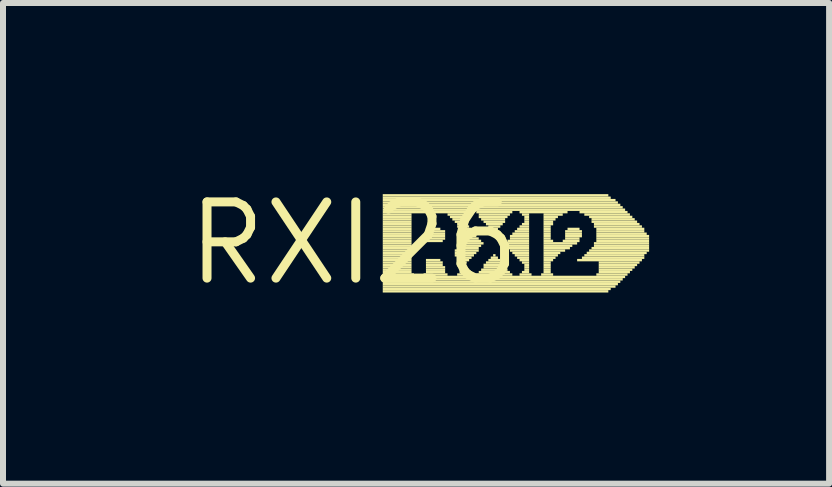
<source format=kicad_pcb>
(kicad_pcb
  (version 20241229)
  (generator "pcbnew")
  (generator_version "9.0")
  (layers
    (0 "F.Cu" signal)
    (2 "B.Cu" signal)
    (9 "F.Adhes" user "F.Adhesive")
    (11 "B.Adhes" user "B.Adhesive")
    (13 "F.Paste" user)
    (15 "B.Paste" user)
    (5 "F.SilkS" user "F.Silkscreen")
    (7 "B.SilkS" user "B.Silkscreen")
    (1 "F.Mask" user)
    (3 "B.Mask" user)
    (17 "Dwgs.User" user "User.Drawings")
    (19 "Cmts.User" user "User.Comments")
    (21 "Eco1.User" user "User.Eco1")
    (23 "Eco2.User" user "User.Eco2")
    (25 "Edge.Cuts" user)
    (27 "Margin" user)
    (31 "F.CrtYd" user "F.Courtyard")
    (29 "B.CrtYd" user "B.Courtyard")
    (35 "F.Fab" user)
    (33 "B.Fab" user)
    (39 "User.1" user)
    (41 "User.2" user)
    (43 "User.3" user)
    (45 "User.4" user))
  (footprint "RXI26"
    (layer "F.Cu")
    (at 2.85 1.006)
    (property "Reference" "RXI26" (at 0 0 0) (layer "F.SilkS") (effects (font (size 1.27 1.27) (thickness 0.15))))
    (fp_poly (pts (xy 0.48 -0.78) (xy 4.24 -0.78) (xy 4.24 -0.82) (xy 0.48 -0.82)) (stroke (width 0) (type solid)) (fill yes) (layer "F.SilkS"))
    (fp_poly (pts (xy 0.48 -0.74) (xy 4.28 -0.74) (xy 4.28 -0.78) (xy 0.48 -0.78)) (stroke (width 0) (type solid)) (fill yes) (layer "F.SilkS"))
    (fp_poly (pts (xy 0.48 -0.7) (xy 4.36 -0.7) (xy 4.36 -0.74) (xy 0.48 -0.74)) (stroke (width 0) (type solid)) (fill yes) (layer "F.SilkS"))
    (fp_poly (pts (xy 0.48 -0.66) (xy 4.4 -0.66) (xy 4.4 -0.7) (xy 0.48 -0.7)) (stroke (width 0) (type solid)) (fill yes) (layer "F.SilkS"))
    (fp_poly (pts (xy 0.48 -0.62) (xy 4.44 -0.62) (xy 4.44 -0.66) (xy 0.48 -0.66)) (stroke (width 0) (type solid)) (fill yes) (layer "F.SilkS"))
    (fp_poly (pts (xy 0.48 -0.58) (xy 4.48 -0.58) (xy 4.48 -0.62) (xy 0.48 -0.62)) (stroke (width 0) (type solid)) (fill yes) (layer "F.SilkS"))
    (fp_poly (pts (xy 0.48 -0.54) (xy 4.52 -0.54) (xy 4.52 -0.58) (xy 0.48 -0.58)) (stroke (width 0) (type solid)) (fill yes) (layer "F.SilkS"))
    (fp_poly (pts (xy 0.48 -0.5) (xy 1.92 -0.5) (xy 1.92 -0.54) (xy 0.48 -0.54)) (stroke (width 0) (type solid)) (fill yes) (layer "F.SilkS"))
    (fp_poly (pts (xy 0.48 -0.46) (xy 0.96 -0.46) (xy 0.96 -0.5) (xy 0.48 -0.5)) (stroke (width 0) (type solid)) (fill yes) (layer "F.SilkS"))
    (fp_poly (pts (xy 0.48 -0.42) (xy 0.96 -0.42) (xy 0.96 -0.46) (xy 0.48 -0.46)) (stroke (width 0) (type solid)) (fill yes) (layer "F.SilkS"))
    (fp_poly (pts (xy 0.48 -0.38) (xy 0.96 -0.38) (xy 0.96 -0.42) (xy 0.48 -0.42)) (stroke (width 0) (type solid)) (fill yes) (layer "F.SilkS"))
    (fp_poly (pts (xy 0.48 -0.34) (xy 0.96 -0.34) (xy 0.96 -0.38) (xy 0.48 -0.38)) (stroke (width 0) (type solid)) (fill yes) (layer "F.SilkS"))
    (fp_poly (pts (xy 0.48 -0.3) (xy 0.96 -0.3) (xy 0.96 -0.34) (xy 0.48 -0.34)) (stroke (width 0) (type solid)) (fill yes) (layer "F.SilkS"))
    (fp_poly (pts (xy 0.48 -0.26) (xy 0.96 -0.26) (xy 0.96 -0.3) (xy 0.48 -0.3)) (stroke (width 0) (type solid)) (fill yes) (layer "F.SilkS"))
    (fp_poly (pts (xy 0.48 -0.22) (xy 0.96 -0.22) (xy 0.96 -0.26) (xy 0.48 -0.26)) (stroke (width 0) (type solid)) (fill yes) (layer "F.SilkS"))
    (fp_poly (pts (xy 0.48 -0.18) (xy 0.96 -0.18) (xy 0.96 -0.22) (xy 0.48 -0.22)) (stroke (width 0) (type solid)) (fill yes) (layer "F.SilkS"))
    (fp_poly (pts (xy 0.48 -0.14) (xy 0.96 -0.14) (xy 0.96 -0.18) (xy 0.48 -0.18)) (stroke (width 0) (type solid)) (fill yes) (layer "F.SilkS"))
    (fp_poly (pts (xy 0.48 -0.1) (xy 0.96 -0.1) (xy 0.96 -0.14) (xy 0.48 -0.14)) (stroke (width 0) (type solid)) (fill yes) (layer "F.SilkS"))
    (fp_poly (pts (xy 0.48 -0.06) (xy 0.96 -0.06) (xy 0.96 -0.1) (xy 0.48 -0.1)) (stroke (width 0) (type solid)) (fill yes) (layer "F.SilkS"))
    (fp_poly (pts (xy 0.48 -0.02) (xy 0.96 -0.02) (xy 0.96 -0.06) (xy 0.48 -0.06)) (stroke (width 0) (type solid)) (fill yes) (layer "F.SilkS"))
    (fp_poly (pts (xy 0.48 0.02) (xy 0.96 0.02) (xy 0.96 -0.02) (xy 0.48 -0.02)) (stroke (width 0) (type solid)) (fill yes) (layer "F.SilkS"))
    (fp_poly (pts (xy 0.48 0.06) (xy 0.96 0.06) (xy 0.96 0.02) (xy 0.48 0.02)) (stroke (width 0) (type solid)) (fill yes) (layer "F.SilkS"))
    (fp_poly (pts (xy 0.48 0.1) (xy 0.96 0.1) (xy 0.96 0.06) (xy 0.48 0.06)) (stroke (width 0) (type solid)) (fill yes) (layer "F.SilkS"))
    (fp_poly (pts (xy 0.48 0.14) (xy 0.96 0.14) (xy 0.96 0.1) (xy 0.48 0.1)) (stroke (width 0) (type solid)) (fill yes) (layer "F.SilkS"))
    (fp_poly (pts (xy 0.48 0.18) (xy 0.96 0.18) (xy 0.96 0.14) (xy 0.48 0.14)) (stroke (width 0) (type solid)) (fill yes) (layer "F.SilkS"))
    (fp_poly (pts (xy 0.48 0.22) (xy 0.96 0.22) (xy 0.96 0.18) (xy 0.48 0.18)) (stroke (width 0) (type solid)) (fill yes) (layer "F.SilkS"))
    (fp_poly (pts (xy 0.48 0.26) (xy 0.96 0.26) (xy 0.96 0.22) (xy 0.48 0.22)) (stroke (width 0) (type solid)) (fill yes) (layer "F.SilkS"))
    (fp_poly (pts (xy 0.48 0.3) (xy 0.96 0.3) (xy 0.96 0.26) (xy 0.48 0.26)) (stroke (width 0) (type solid)) (fill yes) (layer "F.SilkS"))
    (fp_poly (pts (xy 0.48 0.34) (xy 0.96 0.34) (xy 0.96 0.3) (xy 0.48 0.3)) (stroke (width 0) (type solid)) (fill yes) (layer "F.SilkS"))
    (fp_poly (pts (xy 0.48 0.38) (xy 0.96 0.38) (xy 0.96 0.34) (xy 0.48 0.34)) (stroke (width 0) (type solid)) (fill yes) (layer "F.SilkS"))
    (fp_poly (pts (xy 0.48 0.42) (xy 0.96 0.42) (xy 0.96 0.38) (xy 0.48 0.38)) (stroke (width 0) (type solid)) (fill yes) (layer "F.SilkS"))
    (fp_poly (pts (xy 0.48 0.46) (xy 0.96 0.46) (xy 0.96 0.42) (xy 0.48 0.42)) (stroke (width 0) (type solid)) (fill yes) (layer "F.SilkS"))
    (fp_poly (pts (xy 0.48 0.5) (xy 0.96 0.5) (xy 0.96 0.46) (xy 0.48 0.46)) (stroke (width 0) (type solid)) (fill yes) (layer "F.SilkS"))
    (fp_poly (pts (xy 0.48 0.54) (xy 1 0.54) (xy 1 0.5) (xy 0.48 0.5)) (stroke (width 0) (type solid)) (fill yes) (layer "F.SilkS"))
    (fp_poly (pts (xy 0.48 0.58) (xy 4.52 0.58) (xy 4.52 0.54) (xy 0.48 0.54)) (stroke (width 0) (type solid)) (fill yes) (layer "F.SilkS"))
    (fp_poly (pts (xy 0.48 0.62) (xy 4.48 0.62) (xy 4.48 0.58) (xy 0.48 0.58)) (stroke (width 0) (type solid)) (fill yes) (layer "F.SilkS"))
    (fp_poly (pts (xy 0.48 0.66) (xy 4.44 0.66) (xy 4.44 0.62) (xy 0.48 0.62)) (stroke (width 0) (type solid)) (fill yes) (layer "F.SilkS"))
    (fp_poly (pts (xy 0.48 0.7) (xy 4.4 0.7) (xy 4.4 0.66) (xy 0.48 0.66)) (stroke (width 0) (type solid)) (fill yes) (layer "F.SilkS"))
    (fp_poly (pts (xy 0.48 0.74) (xy 4.36 0.74) (xy 4.36 0.7) (xy 0.48 0.7)) (stroke (width 0) (type solid)) (fill yes) (layer "F.SilkS"))
    (fp_poly (pts (xy 0.48 0.78) (xy 4.28 0.78) (xy 4.28 0.74) (xy 0.48 0.74)) (stroke (width 0) (type solid)) (fill yes) (layer "F.SilkS"))
    (fp_poly (pts (xy 0.48 0.82) (xy 4.24 0.82) (xy 4.24 0.78) (xy 0.48 0.78)) (stroke (width 0) (type solid)) (fill yes) (layer "F.SilkS"))
    (fp_poly (pts (xy 1.16 0.54) (xy 1.56 0.54) (xy 1.56 0.5) (xy 1.16 0.5)) (stroke (width 0) (type solid)) (fill yes) (layer "F.SilkS"))
    (fp_poly (pts (xy 1.2 -0.22) (xy 1.44 -0.22) (xy 1.44 -0.26) (xy 1.2 -0.26)) (stroke (width 0) (type solid)) (fill yes) (layer "F.SilkS"))
    (fp_poly (pts (xy 1.2 -0.18) (xy 1.52 -0.18) (xy 1.52 -0.22) (xy 1.2 -0.22)) (stroke (width 0) (type solid)) (fill yes) (layer "F.SilkS"))
    (fp_poly (pts (xy 1.2 -0.14) (xy 1.52 -0.14) (xy 1.52 -0.18) (xy 1.2 -0.18)) (stroke (width 0) (type solid)) (fill yes) (layer "F.SilkS"))
    (fp_poly (pts (xy 1.2 -0.1) (xy 1.52 -0.1) (xy 1.52 -0.14) (xy 1.2 -0.14)) (stroke (width 0) (type solid)) (fill yes) (layer "F.SilkS"))
    (fp_poly (pts (xy 1.2 -0.06) (xy 1.52 -0.06) (xy 1.52 -0.1) (xy 1.2 -0.1)) (stroke (width 0) (type solid)) (fill yes) (layer "F.SilkS"))
    (fp_poly (pts (xy 1.2 -0.02) (xy 1.48 -0.02) (xy 1.48 -0.06) (xy 1.2 -0.06)) (stroke (width 0) (type solid)) (fill yes) (layer "F.SilkS"))
    (fp_poly (pts (xy 1.2 0.3) (xy 1.44 0.3) (xy 1.44 0.26) (xy 1.2 0.26)) (stroke (width 0) (type solid)) (fill yes) (layer "F.SilkS"))
    (fp_poly (pts (xy 1.2 0.34) (xy 1.48 0.34) (xy 1.48 0.3) (xy 1.2 0.3)) (stroke (width 0) (type solid)) (fill yes) (layer "F.SilkS"))
    (fp_poly (pts (xy 1.2 0.38) (xy 1.48 0.38) (xy 1.48 0.34) (xy 1.2 0.34)) (stroke (width 0) (type solid)) (fill yes) (layer "F.SilkS"))
    (fp_poly (pts (xy 1.2 0.42) (xy 1.52 0.42) (xy 1.52 0.38) (xy 1.2 0.38)) (stroke (width 0) (type solid)) (fill yes) (layer "F.SilkS"))
    (fp_poly (pts (xy 1.2 0.46) (xy 1.52 0.46) (xy 1.52 0.42) (xy 1.2 0.42)) (stroke (width 0) (type solid)) (fill yes) (layer "F.SilkS"))
    (fp_poly (pts (xy 1.2 0.5) (xy 1.52 0.5) (xy 1.52 0.46) (xy 1.2 0.46)) (stroke (width 0) (type solid)) (fill yes) (layer "F.SilkS"))
    (fp_poly (pts (xy 1.56 -0.46) (xy 1.88 -0.46) (xy 1.88 -0.5) (xy 1.56 -0.5)) (stroke (width 0) (type solid)) (fill yes) (layer "F.SilkS"))
    (fp_poly (pts (xy 1.6 -0.42) (xy 1.84 -0.42) (xy 1.84 -0.46) (xy 1.6 -0.46)) (stroke (width 0) (type solid)) (fill yes) (layer "F.SilkS"))
    (fp_poly (pts (xy 1.64 -0.38) (xy 1.84 -0.38) (xy 1.84 -0.42) (xy 1.64 -0.42)) (stroke (width 0) (type solid)) (fill yes) (layer "F.SilkS"))
    (fp_poly (pts (xy 1.68 -0.34) (xy 1.84 -0.34) (xy 1.84 -0.38) (xy 1.68 -0.38)) (stroke (width 0) (type solid)) (fill yes) (layer "F.SilkS"))
    (fp_poly (pts (xy 1.68 0.14) (xy 2.08 0.14) (xy 2.08 0.1) (xy 1.68 0.1)) (stroke (width 0) (type solid)) (fill yes) (layer "F.SilkS"))
    (fp_poly (pts (xy 1.68 0.18) (xy 2.04 0.18) (xy 2.04 0.14) (xy 1.68 0.14)) (stroke (width 0) (type solid)) (fill yes) (layer "F.SilkS"))
    (fp_poly (pts (xy 1.68 0.22) (xy 2 0.22) (xy 2 0.18) (xy 1.68 0.18)) (stroke (width 0) (type solid)) (fill yes) (layer "F.SilkS"))
    (fp_poly (pts (xy 1.72 -0.3) (xy 1.88 -0.3) (xy 1.88 -0.34) (xy 1.72 -0.34)) (stroke (width 0) (type solid)) (fill yes) (layer "F.SilkS"))
    (fp_poly (pts (xy 1.72 -0.26) (xy 1.92 -0.26) (xy 1.92 -0.3) (xy 1.72 -0.3)) (stroke (width 0) (type solid)) (fill yes) (layer "F.SilkS"))
    (fp_poly (pts (xy 1.72 0.06) (xy 2.12 0.06) (xy 2.12 0.02) (xy 1.72 0.02)) (stroke (width 0) (type solid)) (fill yes) (layer "F.SilkS"))
    (fp_poly (pts (xy 1.72 0.1) (xy 2.08 0.1) (xy 2.08 0.06) (xy 1.72 0.06)) (stroke (width 0) (type solid)) (fill yes) (layer "F.SilkS"))
    (fp_poly (pts (xy 1.72 0.26) (xy 1.96 0.26) (xy 1.96 0.22) (xy 1.72 0.22)) (stroke (width 0) (type solid)) (fill yes) (layer "F.SilkS"))
    (fp_poly (pts (xy 1.72 0.3) (xy 1.92 0.3) (xy 1.92 0.26) (xy 1.72 0.26)) (stroke (width 0) (type solid)) (fill yes) (layer "F.SilkS"))
    (fp_poly (pts (xy 1.72 0.34) (xy 1.88 0.34) (xy 1.88 0.3) (xy 1.72 0.3)) (stroke (width 0) (type solid)) (fill yes) (layer "F.SilkS"))
    (fp_poly (pts (xy 1.72 0.54) (xy 1.92 0.54) (xy 1.92 0.5) (xy 1.72 0.5)) (stroke (width 0) (type solid)) (fill yes) (layer "F.SilkS"))
    (fp_poly (pts (xy 1.76 -0.22) (xy 1.96 -0.22) (xy 1.96 -0.26) (xy 1.76 -0.26)) (stroke (width 0) (type solid)) (fill yes) (layer "F.SilkS"))
    (fp_poly (pts (xy 1.76 -0.18) (xy 1.96 -0.18) (xy 1.96 -0.22) (xy 1.76 -0.22)) (stroke (width 0) (type solid)) (fill yes) (layer "F.SilkS"))
    (fp_poly (pts (xy 1.76 -0.14) (xy 2 -0.14) (xy 2 -0.18) (xy 1.76 -0.18)) (stroke (width 0) (type solid)) (fill yes) (layer "F.SilkS"))
    (fp_poly (pts (xy 1.76 -0.1) (xy 2.04 -0.1) (xy 2.04 -0.14) (xy 1.76 -0.14)) (stroke (width 0) (type solid)) (fill yes) (layer "F.SilkS"))
    (fp_poly (pts (xy 1.76 -0.06) (xy 2.08 -0.06) (xy 2.08 -0.1) (xy 1.76 -0.1)) (stroke (width 0) (type solid)) (fill yes) (layer "F.SilkS"))
    (fp_poly (pts (xy 1.76 -0.02) (xy 2.12 -0.02) (xy 2.12 -0.06) (xy 1.76 -0.06)) (stroke (width 0) (type solid)) (fill yes) (layer "F.SilkS"))
    (fp_poly (pts (xy 1.76 0.02) (xy 2.16 0.02) (xy 2.16 -0.02) (xy 1.76 -0.02)) (stroke (width 0) (type solid)) (fill yes) (layer "F.SilkS"))
    (fp_poly (pts (xy 1.76 0.38) (xy 1.84 0.38) (xy 1.84 0.34) (xy 1.76 0.34)) (stroke (width 0) (type solid)) (fill yes) (layer "F.SilkS"))
    (fp_poly (pts (xy 1.76 0.42) (xy 1.84 0.42) (xy 1.84 0.38) (xy 1.76 0.38)) (stroke (width 0) (type solid)) (fill yes) (layer "F.SilkS"))
    (fp_poly (pts (xy 1.76 0.46) (xy 1.84 0.46) (xy 1.84 0.42) (xy 1.76 0.42)) (stroke (width 0) (type solid)) (fill yes) (layer "F.SilkS"))
    (fp_poly (pts (xy 1.76 0.5) (xy 1.84 0.5) (xy 1.84 0.46) (xy 1.76 0.46)) (stroke (width 0) (type solid)) (fill yes) (layer "F.SilkS"))
    (fp_poly (pts (xy 2.04 -0.5) (xy 2.64 -0.5) (xy 2.64 -0.54) (xy 2.04 -0.54)) (stroke (width 0) (type solid)) (fill yes) (layer "F.SilkS"))
    (fp_poly (pts (xy 2.04 0.54) (xy 2.64 0.54) (xy 2.64 0.5) (xy 2.04 0.5)) (stroke (width 0) (type solid)) (fill yes) (layer "F.SilkS"))
    (fp_poly (pts (xy 2.08 -0.46) (xy 2.6 -0.46) (xy 2.6 -0.5) (xy 2.08 -0.5)) (stroke (width 0) (type solid)) (fill yes) (layer "F.SilkS"))
    (fp_poly (pts (xy 2.08 -0.42) (xy 2.56 -0.42) (xy 2.56 -0.46) (xy 2.08 -0.46)) (stroke (width 0) (type solid)) (fill yes) (layer "F.SilkS"))
    (fp_poly (pts (xy 2.08 0.5) (xy 2.6 0.5) (xy 2.6 0.46) (xy 2.08 0.46)) (stroke (width 0) (type solid)) (fill yes) (layer "F.SilkS"))
    (fp_poly (pts (xy 2.12 -0.38) (xy 2.52 -0.38) (xy 2.52 -0.42) (xy 2.12 -0.42)) (stroke (width 0) (type solid)) (fill yes) (layer "F.SilkS"))
    (fp_poly (pts (xy 2.12 0.46) (xy 2.56 0.46) (xy 2.56 0.42) (xy 2.12 0.42)) (stroke (width 0) (type solid)) (fill yes) (layer "F.SilkS"))
    (fp_poly (pts (xy 2.16 -0.34) (xy 2.52 -0.34) (xy 2.52 -0.38) (xy 2.16 -0.38)) (stroke (width 0) (type solid)) (fill yes) (layer "F.SilkS"))
    (fp_poly (pts (xy 2.16 0.38) (xy 2.48 0.38) (xy 2.48 0.34) (xy 2.16 0.34)) (stroke (width 0) (type solid)) (fill yes) (layer "F.SilkS"))
    (fp_poly (pts (xy 2.16 0.42) (xy 2.52 0.42) (xy 2.52 0.38) (xy 2.16 0.38)) (stroke (width 0) (type solid)) (fill yes) (layer "F.SilkS"))
    (fp_poly (pts (xy 2.2 -0.3) (xy 2.48 -0.3) (xy 2.48 -0.34) (xy 2.2 -0.34)) (stroke (width 0) (type solid)) (fill yes) (layer "F.SilkS"))
    (fp_poly (pts (xy 2.2 0.34) (xy 2.44 0.34) (xy 2.44 0.3) (xy 2.2 0.3)) (stroke (width 0) (type solid)) (fill yes) (layer "F.SilkS"))
    (fp_poly (pts (xy 2.24 -0.26) (xy 2.44 -0.26) (xy 2.44 -0.3) (xy 2.24 -0.3)) (stroke (width 0) (type solid)) (fill yes) (layer "F.SilkS"))
    (fp_poly (pts (xy 2.24 0.3) (xy 2.44 0.3) (xy 2.44 0.26) (xy 2.24 0.26)) (stroke (width 0) (type solid)) (fill yes) (layer "F.SilkS"))
    (fp_poly (pts (xy 2.28 -0.22) (xy 2.4 -0.22) (xy 2.4 -0.26) (xy 2.28 -0.26)) (stroke (width 0) (type solid)) (fill yes) (layer "F.SilkS"))
    (fp_poly (pts (xy 2.28 0.26) (xy 2.4 0.26) (xy 2.4 0.22) (xy 2.28 0.22)) (stroke (width 0) (type solid)) (fill yes) (layer "F.SilkS"))
    (fp_poly (pts (xy 2.32 -0.18) (xy 2.36 -0.18) (xy 2.36 -0.22) (xy 2.32 -0.22)) (stroke (width 0) (type solid)) (fill yes) (layer "F.SilkS"))
    (fp_poly (pts (xy 2.32 0.22) (xy 2.36 0.22) (xy 2.36 0.18) (xy 2.32 0.18)) (stroke (width 0) (type solid)) (fill yes) (layer "F.SilkS"))
    (fp_poly (pts (xy 2.52 0.02) (xy 2.92 0.02) (xy 2.92 -0.02) (xy 2.52 -0.02)) (stroke (width 0) (type solid)) (fill yes) (layer "F.SilkS"))
    (fp_poly (pts (xy 2.52 0.06) (xy 2.92 0.06) (xy 2.92 0.02) (xy 2.52 0.02)) (stroke (width 0) (type solid)) (fill yes) (layer "F.SilkS"))
    (fp_poly (pts (xy 2.56 -0.02) (xy 2.92 -0.02) (xy 2.92 -0.06) (xy 2.56 -0.06)) (stroke (width 0) (type solid)) (fill yes) (layer "F.SilkS"))
    (fp_poly (pts (xy 2.56 0.1) (xy 2.92 0.1) (xy 2.92 0.06) (xy 2.56 0.06)) (stroke (width 0) (type solid)) (fill yes) (layer "F.SilkS"))
    (fp_poly (pts (xy 2.6 -0.1) (xy 2.92 -0.1) (xy 2.92 -0.14) (xy 2.6 -0.14)) (stroke (width 0) (type solid)) (fill yes) (layer "F.SilkS"))
    (fp_poly (pts (xy 2.6 -0.06) (xy 2.92 -0.06) (xy 2.92 -0.1) (xy 2.6 -0.1)) (stroke (width 0) (type solid)) (fill yes) (layer "F.SilkS"))
    (fp_poly (pts (xy 2.6 0.14) (xy 2.92 0.14) (xy 2.92 0.1) (xy 2.6 0.1)) (stroke (width 0) (type solid)) (fill yes) (layer "F.SilkS"))
    (fp_poly (pts (xy 2.64 -0.14) (xy 2.92 -0.14) (xy 2.92 -0.18) (xy 2.64 -0.18)) (stroke (width 0) (type solid)) (fill yes) (layer "F.SilkS"))
    (fp_poly (pts (xy 2.64 0.18) (xy 2.92 0.18) (xy 2.92 0.14) (xy 2.64 0.14)) (stroke (width 0) (type solid)) (fill yes) (layer "F.SilkS"))
    (fp_poly (pts (xy 2.68 -0.18) (xy 2.92 -0.18) (xy 2.92 -0.22) (xy 2.68 -0.22)) (stroke (width 0) (type solid)) (fill yes) (layer "F.SilkS"))
    (fp_poly (pts (xy 2.68 0.22) (xy 2.92 0.22) (xy 2.92 0.18) (xy 2.68 0.18)) (stroke (width 0) (type solid)) (fill yes) (layer "F.SilkS"))
    (fp_poly (pts (xy 2.72 -0.22) (xy 2.92 -0.22) (xy 2.92 -0.26) (xy 2.72 -0.26)) (stroke (width 0) (type solid)) (fill yes) (layer "F.SilkS"))
    (fp_poly (pts (xy 2.72 0.26) (xy 2.92 0.26) (xy 2.92 0.22) (xy 2.72 0.22)) (stroke (width 0) (type solid)) (fill yes) (layer "F.SilkS"))
    (fp_poly (pts (xy 2.76 -0.5) (xy 3.56 -0.5) (xy 3.56 -0.54) (xy 2.76 -0.54)) (stroke (width 0) (type solid)) (fill yes) (layer "F.SilkS"))
    (fp_poly (pts (xy 2.76 -0.26) (xy 2.92 -0.26) (xy 2.92 -0.3) (xy 2.76 -0.3)) (stroke (width 0) (type solid)) (fill yes) (layer "F.SilkS"))
    (fp_poly (pts (xy 2.76 0.3) (xy 2.92 0.3) (xy 2.92 0.26) (xy 2.76 0.26)) (stroke (width 0) (type solid)) (fill yes) (layer "F.SilkS"))
    (fp_poly (pts (xy 2.76 0.54) (xy 2.96 0.54) (xy 2.96 0.5) (xy 2.76 0.5)) (stroke (width 0) (type solid)) (fill yes) (layer "F.SilkS"))
    (fp_poly (pts (xy 2.8 -0.46) (xy 2.92 -0.46) (xy 2.92 -0.5) (xy 2.8 -0.5)) (stroke (width 0) (type solid)) (fill yes) (layer "F.SilkS"))
    (fp_poly (pts (xy 2.8 -0.3) (xy 2.92 -0.3) (xy 2.92 -0.34) (xy 2.8 -0.34)) (stroke (width 0) (type solid)) (fill yes) (layer "F.SilkS"))
    (fp_poly (pts (xy 2.8 0.34) (xy 2.92 0.34) (xy 2.92 0.3) (xy 2.8 0.3)) (stroke (width 0) (type solid)) (fill yes) (layer "F.SilkS"))
    (fp_poly (pts (xy 2.8 0.5) (xy 2.92 0.5) (xy 2.92 0.46) (xy 2.8 0.46)) (stroke (width 0) (type solid)) (fill yes) (layer "F.SilkS"))
    (fp_poly (pts (xy 2.84 -0.42) (xy 2.92 -0.42) (xy 2.92 -0.46) (xy 2.84 -0.46)) (stroke (width 0) (type solid)) (fill yes) (layer "F.SilkS"))
    (fp_poly (pts (xy 2.84 -0.38) (xy 2.92 -0.38) (xy 2.92 -0.42) (xy 2.84 -0.42)) (stroke (width 0) (type solid)) (fill yes) (layer "F.SilkS"))
    (fp_poly (pts (xy 2.84 -0.34) (xy 2.92 -0.34) (xy 2.92 -0.38) (xy 2.84 -0.38)) (stroke (width 0) (type solid)) (fill yes) (layer "F.SilkS"))
    (fp_poly (pts (xy 2.84 0.38) (xy 2.92 0.38) (xy 2.92 0.34) (xy 2.84 0.34)) (stroke (width 0) (type solid)) (fill yes) (layer "F.SilkS"))
    (fp_poly (pts (xy 2.84 0.42) (xy 2.92 0.42) (xy 2.92 0.38) (xy 2.84 0.38)) (stroke (width 0) (type solid)) (fill yes) (layer "F.SilkS"))
    (fp_poly (pts (xy 2.84 0.46) (xy 2.92 0.46) (xy 2.92 0.42) (xy 2.84 0.42)) (stroke (width 0) (type solid)) (fill yes) (layer "F.SilkS"))
    (fp_poly (pts (xy 3.12 0.54) (xy 3.32 0.54) (xy 3.32 0.5) (xy 3.12 0.5)) (stroke (width 0) (type solid)) (fill yes) (layer "F.SilkS"))
    (fp_poly (pts (xy 3.16 -0.46) (xy 3.48 -0.46) (xy 3.48 -0.5) (xy 3.16 -0.5)) (stroke (width 0) (type solid)) (fill yes) (layer "F.SilkS"))
    (fp_poly (pts (xy 3.16 -0.42) (xy 3.4 -0.42) (xy 3.4 -0.46) (xy 3.16 -0.46)) (stroke (width 0) (type solid)) (fill yes) (layer "F.SilkS"))
    (fp_poly (pts (xy 3.16 -0.38) (xy 3.36 -0.38) (xy 3.36 -0.42) (xy 3.16 -0.42)) (stroke (width 0) (type solid)) (fill yes) (layer "F.SilkS"))
    (fp_poly (pts (xy 3.16 -0.34) (xy 3.32 -0.34) (xy 3.32 -0.38) (xy 3.16 -0.38)) (stroke (width 0) (type solid)) (fill yes) (layer "F.SilkS"))
    (fp_poly (pts (xy 3.16 -0.3) (xy 3.32 -0.3) (xy 3.32 -0.34) (xy 3.16 -0.34)) (stroke (width 0) (type solid)) (fill yes) (layer "F.SilkS"))
    (fp_poly (pts (xy 3.16 -0.26) (xy 3.28 -0.26) (xy 3.28 -0.3) (xy 3.16 -0.3)) (stroke (width 0) (type solid)) (fill yes) (layer "F.SilkS"))
    (fp_poly (pts (xy 3.16 -0.22) (xy 3.28 -0.22) (xy 3.28 -0.26) (xy 3.16 -0.26)) (stroke (width 0) (type solid)) (fill yes) (layer "F.SilkS"))
    (fp_poly (pts (xy 3.16 -0.18) (xy 3.28 -0.18) (xy 3.28 -0.22) (xy 3.16 -0.22)) (stroke (width 0) (type solid)) (fill yes) (layer "F.SilkS"))
    (fp_poly (pts (xy 3.16 -0.14) (xy 3.28 -0.14) (xy 3.28 -0.18) (xy 3.16 -0.18)) (stroke (width 0) (type solid)) (fill yes) (layer "F.SilkS"))
    (fp_poly (pts (xy 3.16 -0.1) (xy 3.28 -0.1) (xy 3.28 -0.14) (xy 3.16 -0.14)) (stroke (width 0) (type solid)) (fill yes) (layer "F.SilkS"))
    (fp_poly (pts (xy 3.16 -0.06) (xy 3.28 -0.06) (xy 3.28 -0.1) (xy 3.16 -0.1)) (stroke (width 0) (type solid)) (fill yes) (layer "F.SilkS"))
    (fp_poly (pts (xy 3.16 -0.02) (xy 3.32 -0.02) (xy 3.32 -0.06) (xy 3.16 -0.06)) (stroke (width 0) (type solid)) (fill yes) (layer "F.SilkS"))
    (fp_poly (pts (xy 3.16 0.02) (xy 3.72 0.02) (xy 3.72 -0.02) (xy 3.16 -0.02)) (stroke (width 0) (type solid)) (fill yes) (layer "F.SilkS"))
    (fp_poly (pts (xy 3.16 0.06) (xy 3.64 0.06) (xy 3.64 0.02) (xy 3.16 0.02)) (stroke (width 0) (type solid)) (fill yes) (layer "F.SilkS"))
    (fp_poly (pts (xy 3.16 0.1) (xy 3.6 0.1) (xy 3.6 0.06) (xy 3.16 0.06)) (stroke (width 0) (type solid)) (fill yes) (layer "F.SilkS"))
    (fp_poly (pts (xy 3.16 0.14) (xy 3.52 0.14) (xy 3.52 0.1) (xy 3.16 0.1)) (stroke (width 0) (type solid)) (fill yes) (layer "F.SilkS"))
    (fp_poly (pts (xy 3.16 0.18) (xy 3.44 0.18) (xy 3.44 0.14) (xy 3.16 0.14)) (stroke (width 0) (type solid)) (fill yes) (layer "F.SilkS"))
    (fp_poly (pts (xy 3.16 0.22) (xy 3.4 0.22) (xy 3.4 0.18) (xy 3.16 0.18)) (stroke (width 0) (type solid)) (fill yes) (layer "F.SilkS"))
    (fp_poly (pts (xy 3.16 0.26) (xy 3.36 0.26) (xy 3.36 0.22) (xy 3.16 0.22)) (stroke (width 0) (type solid)) (fill yes) (layer "F.SilkS"))
    (fp_poly (pts (xy 3.16 0.3) (xy 3.32 0.3) (xy 3.32 0.26) (xy 3.16 0.26)) (stroke (width 0) (type solid)) (fill yes) (layer "F.SilkS"))
    (fp_poly (pts (xy 3.16 0.34) (xy 3.28 0.34) (xy 3.28 0.3) (xy 3.16 0.3)) (stroke (width 0) (type solid)) (fill yes) (layer "F.SilkS"))
    (fp_poly (pts (xy 3.16 0.38) (xy 3.28 0.38) (xy 3.28 0.34) (xy 3.16 0.34)) (stroke (width 0) (type solid)) (fill yes) (layer "F.SilkS"))
    (fp_poly (pts (xy 3.16 0.42) (xy 3.28 0.42) (xy 3.28 0.38) (xy 3.16 0.38)) (stroke (width 0) (type solid)) (fill yes) (layer "F.SilkS"))
    (fp_poly (pts (xy 3.16 0.46) (xy 3.28 0.46) (xy 3.28 0.42) (xy 3.16 0.42)) (stroke (width 0) (type solid)) (fill yes) (layer "F.SilkS"))
    (fp_poly (pts (xy 3.16 0.5) (xy 3.28 0.5) (xy 3.28 0.46) (xy 3.16 0.46)) (stroke (width 0) (type solid)) (fill yes) (layer "F.SilkS"))
    (fp_poly (pts (xy 3.48 -0.02) (xy 3.76 -0.02) (xy 3.76 -0.06) (xy 3.48 -0.06)) (stroke (width 0) (type solid)) (fill yes) (layer "F.SilkS"))
    (fp_poly (pts (xy 3.52 -0.18) (xy 3.8 -0.18) (xy 3.8 -0.22) (xy 3.52 -0.22)) (stroke (width 0) (type solid)) (fill yes) (layer "F.SilkS"))
    (fp_poly (pts (xy 3.52 -0.14) (xy 3.8 -0.14) (xy 3.8 -0.18) (xy 3.52 -0.18)) (stroke (width 0) (type solid)) (fill yes) (layer "F.SilkS"))
    (fp_poly (pts (xy 3.52 -0.1) (xy 3.8 -0.1) (xy 3.8 -0.14) (xy 3.52 -0.14)) (stroke (width 0) (type solid)) (fill yes) (layer "F.SilkS"))
    (fp_poly (pts (xy 3.52 -0.06) (xy 3.76 -0.06) (xy 3.76 -0.1) (xy 3.52 -0.1)) (stroke (width 0) (type solid)) (fill yes) (layer "F.SilkS"))
    (fp_poly (pts (xy 3.56 -0.22) (xy 3.76 -0.22) (xy 3.76 -0.26) (xy 3.56 -0.26)) (stroke (width 0) (type solid)) (fill yes) (layer "F.SilkS"))
    (fp_poly (pts (xy 3.72 0.3) (xy 4.8 0.3) (xy 4.8 0.26) (xy 3.72 0.26)) (stroke (width 0) (type solid)) (fill yes) (layer "F.SilkS"))
    (fp_poly (pts (xy 3.76 -0.5) (xy 4.56 -0.5) (xy 4.56 -0.54) (xy 3.76 -0.54)) (stroke (width 0) (type solid)) (fill yes) (layer "F.SilkS"))
    (fp_poly (pts (xy 3.8 0.26) (xy 4.84 0.26) (xy 4.84 0.22) (xy 3.8 0.22)) (stroke (width 0) (type solid)) (fill yes) (layer "F.SilkS"))
    (fp_poly (pts (xy 3.84 -0.46) (xy 4.6 -0.46) (xy 4.6 -0.5) (xy 3.84 -0.5)) (stroke (width 0) (type solid)) (fill yes) (layer "F.SilkS"))
    (fp_poly (pts (xy 3.84 0.22) (xy 4.84 0.22) (xy 4.84 0.18) (xy 3.84 0.18)) (stroke (width 0) (type solid)) (fill yes) (layer "F.SilkS"))
    (fp_poly (pts (xy 3.88 0.18) (xy 4.88 0.18) (xy 4.88 0.14) (xy 3.88 0.14)) (stroke (width 0) (type solid)) (fill yes) (layer "F.SilkS"))
    (fp_poly (pts (xy 3.92 -0.42) (xy 4.64 -0.42) (xy 4.64 -0.46) (xy 3.92 -0.46)) (stroke (width 0) (type solid)) (fill yes) (layer "F.SilkS"))
    (fp_poly (pts (xy 3.92 0.14) (xy 4.92 0.14) (xy 4.92 0.1) (xy 3.92 0.1)) (stroke (width 0) (type solid)) (fill yes) (layer "F.SilkS"))
    (fp_poly (pts (xy 3.96 -0.38) (xy 4.68 -0.38) (xy 4.68 -0.42) (xy 3.96 -0.42)) (stroke (width 0) (type solid)) (fill yes) (layer "F.SilkS"))
    (fp_poly (pts (xy 3.96 -0.34) (xy 4.72 -0.34) (xy 4.72 -0.38) (xy 3.96 -0.38)) (stroke (width 0) (type solid)) (fill yes) (layer "F.SilkS"))
    (fp_poly (pts (xy 3.96 0.1) (xy 4.92 0.1) (xy 4.92 0.06) (xy 3.96 0.06)) (stroke (width 0) (type solid)) (fill yes) (layer "F.SilkS"))
    (fp_poly (pts (xy 4 -0.3) (xy 4.76 -0.3) (xy 4.76 -0.34) (xy 4 -0.34)) (stroke (width 0) (type solid)) (fill yes) (layer "F.SilkS"))
    (fp_poly (pts (xy 4 -0.26) (xy 4.8 -0.26) (xy 4.8 -0.3) (xy 4 -0.3)) (stroke (width 0) (type solid)) (fill yes) (layer "F.SilkS"))
    (fp_poly (pts (xy 4 0.02) (xy 4.92 0.02) (xy 4.92 -0.02) (xy 4 -0.02)) (stroke (width 0) (type solid)) (fill yes) (layer "F.SilkS"))
    (fp_poly (pts (xy 4 0.06) (xy 4.92 0.06) (xy 4.92 0.02) (xy 4 0.02)) (stroke (width 0) (type solid)) (fill yes) (layer "F.SilkS"))
    (fp_poly (pts (xy 4.04 -0.22) (xy 4.84 -0.22) (xy 4.84 -0.26) (xy 4.04 -0.26)) (stroke (width 0) (type solid)) (fill yes) (layer "F.SilkS"))
    (fp_poly (pts (xy 4.04 -0.18) (xy 4.84 -0.18) (xy 4.84 -0.22) (xy 4.04 -0.22)) (stroke (width 0) (type solid)) (fill yes) (layer "F.SilkS"))
    (fp_poly (pts (xy 4.04 -0.14) (xy 4.88 -0.14) (xy 4.88 -0.18) (xy 4.04 -0.18)) (stroke (width 0) (type solid)) (fill yes) (layer "F.SilkS"))
    (fp_poly (pts (xy 4.04 -0.1) (xy 4.92 -0.1) (xy 4.92 -0.14) (xy 4.04 -0.14)) (stroke (width 0) (type solid)) (fill yes) (layer "F.SilkS"))
    (fp_poly (pts (xy 4.04 -0.06) (xy 4.92 -0.06) (xy 4.92 -0.1) (xy 4.04 -0.1)) (stroke (width 0) (type solid)) (fill yes) (layer "F.SilkS"))
    (fp_poly (pts (xy 4.04 -0.02) (xy 4.92 -0.02) (xy 4.92 -0.06) (xy 4.04 -0.06)) (stroke (width 0) (type solid)) (fill yes) (layer "F.SilkS"))
    (fp_poly (pts (xy 4.04 0.54) (xy 4.56 0.54) (xy 4.56 0.5) (xy 4.04 0.5)) (stroke (width 0) (type solid)) (fill yes) (layer "F.SilkS"))
    (fp_poly (pts (xy 4.08 0.34) (xy 4.76 0.34) (xy 4.76 0.3) (xy 4.08 0.3)) (stroke (width 0) (type solid)) (fill yes) (layer "F.SilkS"))
    (fp_poly (pts (xy 4.08 0.38) (xy 4.72 0.38) (xy 4.72 0.34) (xy 4.08 0.34)) (stroke (width 0) (type solid)) (fill yes) (layer "F.SilkS"))
    (fp_poly (pts (xy 4.08 0.42) (xy 4.68 0.42) (xy 4.68 0.38) (xy 4.08 0.38)) (stroke (width 0) (type solid)) (fill yes) (layer "F.SilkS"))
    (fp_poly (pts (xy 4.08 0.46) (xy 4.64 0.46) (xy 4.64 0.42) (xy 4.08 0.42)) (stroke (width 0) (type solid)) (fill yes) (layer "F.SilkS"))
    (fp_poly (pts (xy 4.08 0.5) (xy 4.6 0.5) (xy 4.6 0.46) (xy 4.08 0.46)) (stroke (width 0) (type solid)) (fill yes) (layer "F.SilkS")))
  (gr_rect
    (start -3 -3)
    (end 10.77 5.012)
    (stroke (width 0.1) (type default))
    (fill no)
    (layer "Edge.Cuts")))
</source>
